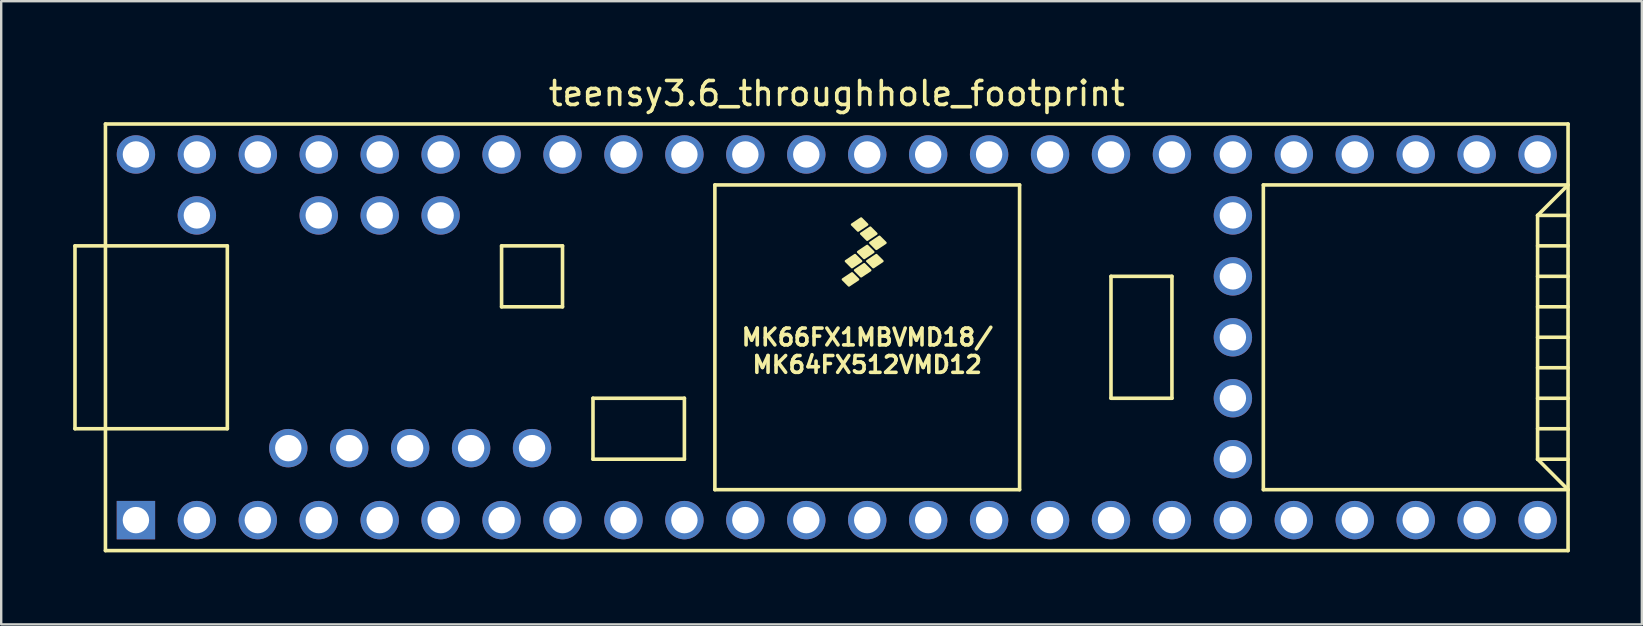
<source format=kicad_pcb>
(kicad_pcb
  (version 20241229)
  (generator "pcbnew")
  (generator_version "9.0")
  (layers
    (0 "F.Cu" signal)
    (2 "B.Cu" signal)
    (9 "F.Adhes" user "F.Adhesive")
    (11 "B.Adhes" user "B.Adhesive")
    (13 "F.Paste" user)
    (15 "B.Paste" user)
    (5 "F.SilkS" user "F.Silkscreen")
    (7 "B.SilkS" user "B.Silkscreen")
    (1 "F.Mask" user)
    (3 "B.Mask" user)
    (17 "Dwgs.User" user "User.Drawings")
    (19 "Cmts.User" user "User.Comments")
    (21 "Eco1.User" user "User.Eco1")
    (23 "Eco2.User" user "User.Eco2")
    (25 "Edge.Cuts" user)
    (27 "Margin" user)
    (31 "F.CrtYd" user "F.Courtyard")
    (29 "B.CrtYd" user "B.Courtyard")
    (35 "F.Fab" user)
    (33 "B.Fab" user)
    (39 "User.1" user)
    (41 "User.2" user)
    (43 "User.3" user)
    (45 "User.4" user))
  (footprint "teensy3.6_throughhole_footprint"
    (layer "F.Cu")
    (at 31.825 11.008)
    (property "Reference" "teensy3.6_throughhole_footprint" (at 0 -10.16 0) (layer "F.SilkS") (effects (font (size 1 1) (thickness 0.15))))
    (attr through_hole)
    (fp_line (start -31.75 -3.81) (end -30.48 -3.81) (stroke (width 0.15) (type solid)) (layer "F.SilkS"))
    (fp_line (start -31.75 3.81) (end -31.75 -3.81) (stroke (width 0.15) (type solid)) (layer "F.SilkS"))
    (fp_line (start -30.48 3.81) (end -31.75 3.81) (stroke (width 0.15) (type solid)) (layer "F.SilkS"))
    (fp_line (start -30.48 8.89) (end -30.48 -8.89) (stroke (width 0.15) (type solid)) (layer "F.SilkS"))
    (fp_line (start -30.48 8.89) (end 30.48 8.89) (stroke (width 0.15) (type solid)) (layer "F.SilkS"))
    (fp_line (start -25.4 -3.81) (end -30.48 -3.81) (stroke (width 0.15) (type solid)) (layer "F.SilkS"))
    (fp_line (start -25.4 3.81) (end -30.48 3.81) (stroke (width 0.15) (type solid)) (layer "F.SilkS"))
    (fp_line (start -25.4 3.81) (end -25.4 -3.81) (stroke (width 0.15) (type solid)) (layer "F.SilkS"))
    (fp_line (start -13.97 -3.81) (end -13.97 -1.27) (stroke (width 0.15) (type solid)) (layer "F.SilkS"))
    (fp_line (start -13.97 -1.27) (end -11.43 -1.27) (stroke (width 0.15) (type solid)) (layer "F.SilkS"))
    (fp_line (start -11.43 -3.81) (end -13.97 -3.81) (stroke (width 0.15) (type solid)) (layer "F.SilkS"))
    (fp_line (start -11.43 -1.27) (end -11.43 -3.81) (stroke (width 0.15) (type solid)) (layer "F.SilkS"))
    (fp_line (start -10.16 2.54) (end -6.35 2.54) (stroke (width 0.15) (type solid)) (layer "F.SilkS"))
    (fp_line (start -10.16 5.08) (end -10.16 2.54) (stroke (width 0.15) (type solid)) (layer "F.SilkS"))
    (fp_line (start -6.35 2.54) (end -6.35 5.08) (stroke (width 0.15) (type solid)) (layer "F.SilkS"))
    (fp_line (start -6.35 5.08) (end -10.16 5.08) (stroke (width 0.15) (type solid)) (layer "F.SilkS"))
    (fp_line (start -5.08 -6.35) (end -5.08 6.35) (stroke (width 0.15) (type solid)) (layer "F.SilkS"))
    (fp_line (start -5.08 -6.35) (end 7.62 -6.35) (stroke (width 0.15) (type solid)) (layer "F.SilkS"))
    (fp_line (start -5.08 6.35) (end 7.62 6.35) (stroke (width 0.15) (type solid)) (layer "F.SilkS"))
    (fp_line (start 7.62 6.35) (end 7.62 -6.35) (stroke (width 0.15) (type solid)) (layer "F.SilkS"))
    (fp_line (start 11.43 -2.54) (end 13.97 -2.54) (stroke (width 0.15) (type solid)) (layer "F.SilkS"))
    (fp_line (start 11.43 2.54) (end 11.43 -2.54) (stroke (width 0.15) (type solid)) (layer "F.SilkS"))
    (fp_line (start 13.97 -2.54) (end 13.97 2.54) (stroke (width 0.15) (type solid)) (layer "F.SilkS"))
    (fp_line (start 13.97 2.54) (end 11.43 2.54) (stroke (width 0.15) (type solid)) (layer "F.SilkS"))
    (fp_line (start 17.78 -6.35) (end 17.78 6.35) (stroke (width 0.15) (type solid)) (layer "F.SilkS"))
    (fp_line (start 17.78 6.35) (end 30.48 6.35) (stroke (width 0.15) (type solid)) (layer "F.SilkS"))
    (fp_line (start 29.21 -5.08) (end 30.48 -6.35) (stroke (width 0.15) (type solid)) (layer "F.SilkS"))
    (fp_line (start 29.21 -5.08) (end 30.48 -5.08) (stroke (width 0.15) (type solid)) (layer "F.SilkS"))
    (fp_line (start 29.21 -3.81) (end 30.48 -3.81) (stroke (width 0.15) (type solid)) (layer "F.SilkS"))
    (fp_line (start 29.21 -2.54) (end 30.48 -2.54) (stroke (width 0.15) (type solid)) (layer "F.SilkS"))
    (fp_line (start 29.21 -1.27) (end 30.48 -1.27) (stroke (width 0.15) (type solid)) (layer "F.SilkS"))
    (fp_line (start 29.21 0) (end 30.48 0) (stroke (width 0.15) (type solid)) (layer "F.SilkS"))
    (fp_line (start 29.21 1.27) (end 30.48 1.27) (stroke (width 0.15) (type solid)) (layer "F.SilkS"))
    (fp_line (start 29.21 2.54) (end 30.48 2.54) (stroke (width 0.15) (type solid)) (layer "F.SilkS"))
    (fp_line (start 29.21 3.81) (end 30.48 3.81) (stroke (width 0.15) (type solid)) (layer "F.SilkS"))
    (fp_line (start 29.21 5.08) (end 29.21 -5.08) (stroke (width 0.15) (type solid)) (layer "F.SilkS"))
    (fp_line (start 29.21 5.08) (end 30.48 5.08) (stroke (width 0.15) (type solid)) (layer "F.SilkS"))
    (fp_line (start 30.48 -8.89) (end -30.48 -8.89) (stroke (width 0.15) (type solid)) (layer "F.SilkS"))
    (fp_line (start 30.48 -8.89) (end 30.48 8.89) (stroke (width 0.15) (type solid)) (layer "F.SilkS"))
    (fp_line (start 30.48 -6.35) (end 17.78 -6.35) (stroke (width 0.15) (type solid)) (layer "F.SilkS"))
    (fp_line (start 30.48 6.35) (end 29.21 5.08) (stroke (width 0.15) (type solid)) (layer "F.SilkS"))
    (fp_poly (pts (xy 0.635 -2.667) (xy 0.889 -2.413) (xy 0.508 -2.159) (xy 0.254 -2.413)) (stroke (width 0.1) (type solid)) (fill yes) (layer "F.SilkS"))
    (fp_poly (pts (xy 0.762 -3.429) (xy 1.016 -3.175) (xy 0.635 -2.921) (xy 0.381 -3.175)) (stroke (width 0.1) (type solid)) (fill yes) (layer "F.SilkS"))
    (fp_poly (pts (xy 1.016 -4.953) (xy 1.27 -4.699) (xy 0.889 -4.445) (xy 0.635 -4.699)) (stroke (width 0.1) (type solid)) (fill yes) (layer "F.SilkS"))
    (fp_poly (pts (xy 1.143 -3.048) (xy 1.397 -2.794) (xy 1.016 -2.54) (xy 0.762 -2.794)) (stroke (width 0.1) (type solid)) (fill yes) (layer "F.SilkS"))
    (fp_poly (pts (xy 1.27 -3.81) (xy 1.524 -3.556) (xy 1.143 -3.302) (xy 0.889 -3.556)) (stroke (width 0.1) (type solid)) (fill yes) (layer "F.SilkS"))
    (fp_poly (pts (xy 1.397 -4.572) (xy 1.651 -4.318) (xy 1.27 -4.064) (xy 1.016 -4.318)) (stroke (width 0.1) (type solid)) (fill yes) (layer "F.SilkS"))
    (fp_poly (pts (xy 1.651 -3.429) (xy 1.905 -3.175) (xy 1.524 -2.921) (xy 1.27 -3.175)) (stroke (width 0.1) (type solid)) (fill yes) (layer "F.SilkS"))
    (fp_poly (pts (xy 1.778 -4.191) (xy 2.032 -3.937) (xy 1.651 -3.683) (xy 1.397 -3.937)) (stroke (width 0.1) (type solid)) (fill yes) (layer "F.SilkS"))
    (fp_text user "MK64FX512VMD12" (at 1.27 1.143 0) (layer "F.SilkS") (effects (font (size 0.7 0.7) (thickness 0.15))))
    (fp_text user "MK66FX1MBVMD18/" (at 1.27 0 0) (layer "F.SilkS") (effects (font (size 0.7 0.7) (thickness 0.15))))
    (pad "0" thru_hole circle (at -26.67 7.62) (size 1.6 1.6) (drill 1.1) (layers "*.Cu" "*.Mask"))
    (pad "1" thru_hole circle (at -24.13 7.62) (size 1.6 1.6) (drill 1.1) (layers "*.Cu" "*.Mask"))
    (pad "2" thru_hole circle (at -21.59 7.62) (size 1.6 1.6) (drill 1.1) (layers "*.Cu" "*.Mask"))
    (pad "3" thru_hole circle (at -19.05 7.62) (size 1.6 1.6) (drill 1.1) (layers "*.Cu" "*.Mask"))
    (pad "3V3" thru_hole circle (at -24.13 -7.62) (size 1.6 1.6) (drill 1.1) (layers "*.Cu" "*.Mask"))
    (pad "3V3" thru_hole circle (at 6.35 7.62) (size 1.6 1.6) (drill 1.1) (layers "*.Cu" "*.Mask"))
    (pad "3V3" thru_hole circle (at 16.51 2.54) (size 1.6 1.6) (drill 1.1) (layers "*.Cu" "*.Mask"))
    (pad "4" thru_hole circle (at -16.51 7.62) (size 1.6 1.6) (drill 1.1) (layers "*.Cu" "*.Mask"))
    (pad "5" thru_hole circle (at -13.97 7.62) (size 1.6 1.6) (drill 1.1) (layers "*.Cu" "*.Mask"))
    (pad "5V" thru_hole circle (at -22.86 4.62) (size 1.6 1.6) (drill 1.1) (layers "*.Cu" "*.Mask"))
    (pad "6" thru_hole circle (at -11.43 7.62) (size 1.6 1.6) (drill 1.1) (layers "*.Cu" "*.Mask"))
    (pad "7" thru_hole circle (at -8.89 7.62) (size 1.6 1.6) (drill 1.1) (layers "*.Cu" "*.Mask"))
    (pad "8" thru_hole circle (at -6.35 7.62) (size 1.6 1.6) (drill 1.1) (layers "*.Cu" "*.Mask"))
    (pad "9" thru_hole circle (at -3.81 7.62) (size 1.6 1.6) (drill 1.1) (layers "*.Cu" "*.Mask"))
    (pad "10" thru_hole circle (at -1.27 7.62) (size 1.6 1.6) (drill 1.1) (layers "*.Cu" "*.Mask"))
    (pad "11" thru_hole circle (at 1.27 7.62) (size 1.6 1.6) (drill 1.1) (layers "*.Cu" "*.Mask"))
    (pad "12" thru_hole circle (at 3.81 7.62) (size 1.6 1.6) (drill 1.1) (layers "*.Cu" "*.Mask"))
    (pad "13" thru_hole circle (at 3.81 -7.62) (size 1.6 1.6) (drill 1.1) (layers "*.Cu" "*.Mask"))
    (pad "14" thru_hole circle (at 1.27 -7.62) (size 1.6 1.6) (drill 1.1) (layers "*.Cu" "*.Mask"))
    (pad "15" thru_hole circle (at -1.27 -7.62) (size 1.6 1.6) (drill 1.1) (layers "*.Cu" "*.Mask"))
    (pad "16" thru_hole circle (at -3.81 -7.62) (size 1.6 1.6) (drill 1.1) (layers "*.Cu" "*.Mask"))
    (pad "17" thru_hole circle (at -6.35 -7.62) (size 1.6 1.6) (drill 1.1) (layers "*.Cu" "*.Mask"))
    (pad "18" thru_hole circle (at -8.89 -7.62) (size 1.6 1.6) (drill 1.1) (layers "*.Cu" "*.Mask"))
    (pad "19" thru_hole circle (at -11.43 -7.62) (size 1.6 1.6) (drill 1.1) (layers "*.Cu" "*.Mask"))
    (pad "20" thru_hole circle (at -13.97 -7.62) (size 1.6 1.6) (drill 1.1) (layers "*.Cu" "*.Mask"))
    (pad "21" thru_hole circle (at -16.51 -7.62) (size 1.6 1.6) (drill 1.1) (layers "*.Cu" "*.Mask"))
    (pad "22" thru_hole circle (at -19.05 -7.62) (size 1.6 1.6) (drill 1.1) (layers "*.Cu" "*.Mask"))
    (pad "23" thru_hole circle (at -21.59 -7.62) (size 1.6 1.6) (drill 1.1) (layers "*.Cu" "*.Mask"))
    (pad "24" thru_hole circle (at 8.89 7.62) (size 1.6 1.6) (drill 1.1) (layers "*.Cu" "*.Mask"))
    (pad "25" thru_hole circle (at 11.43 7.62) (size 1.6 1.6) (drill 1.1) (layers "*.Cu" "*.Mask"))
    (pad "26" thru_hole circle (at 13.97 7.62) (size 1.6 1.6) (drill 1.1) (layers "*.Cu" "*.Mask"))
    (pad "27" thru_hole circle (at 16.51 7.62) (size 1.6 1.6) (drill 1.1) (layers "*.Cu" "*.Mask"))
    (pad "28" thru_hole circle (at 19.05 7.62) (size 1.6 1.6) (drill 1.1) (layers "*.Cu" "*.Mask"))
    (pad "29" thru_hole circle (at 21.59 7.62) (size 1.6 1.6) (drill 1.1) (layers "*.Cu" "*.Mask"))
    (pad "30" thru_hole circle (at 24.13 7.62) (size 1.6 1.6) (drill 1.1) (layers "*.Cu" "*.Mask"))
    (pad "31" thru_hole circle (at 26.67 7.62) (size 1.6 1.6) (drill 1.1) (layers "*.Cu" "*.Mask"))
    (pad "32" thru_hole circle (at 29.21 7.62) (size 1.6 1.6) (drill 1.1) (layers "*.Cu" "*.Mask"))
    (pad "33" thru_hole circle (at 29.21 -7.62) (size 1.6 1.6) (drill 1.1) (layers "*.Cu" "*.Mask"))
    (pad "34" thru_hole circle (at 26.67 -7.62) (size 1.6 1.6) (drill 1.1) (layers "*.Cu" "*.Mask"))
    (pad "35" thru_hole circle (at 24.13 -7.62) (size 1.6 1.6) (drill 1.1) (layers "*.Cu" "*.Mask"))
    (pad "36" thru_hole circle (at 21.59 -7.62) (size 1.6 1.6) (drill 1.1) (layers "*.Cu" "*.Mask"))
    (pad "37" thru_hole circle (at 19.05 -7.62) (size 1.6 1.6) (drill 1.1) (layers "*.Cu" "*.Mask"))
    (pad "38" thru_hole circle (at 16.51 -7.62) (size 1.6 1.6) (drill 1.1) (layers "*.Cu" "*.Mask"))
    (pad "39" thru_hole circle (at 13.97 -7.62) (size 1.6 1.6) (drill 1.1) (layers "*.Cu" "*.Mask"))
    (pad "A10" thru_hole circle (at -19.05 -5.08) (size 1.6 1.6) (drill 1.1) (layers "*.Cu" "*.Mask"))
    (pad "A11" thru_hole circle (at -16.51 -5.08) (size 1.6 1.6) (drill 1.1) (layers "*.Cu" "*.Mask"))
    (pad "A21" thru_hole circle (at 11.43 -7.62) (size 1.6 1.6) (drill 1.1) (layers "*.Cu" "*.Mask"))
    (pad "A22" thru_hole circle (at 8.89 -7.62) (size 1.6 1.6) (drill 1.1) (layers "*.Cu" "*.Mask"))
    (pad "AGND" thru_hole circle (at -26.67 -7.62) (size 1.6 1.6) (drill 1.1) (layers "*.Cu" "*.Mask"))
    (pad "AREF" thru_hole circle (at -21.59 -5.08) (size 1.6 1.6) (drill 1.1) (layers "*.Cu" "*.Mask"))
    (pad "D+" thru_hole circle (at -17.78 4.62) (size 1.6 1.6) (drill 1.1) (layers "*.Cu" "*.Mask"))
    (pad "D-" thru_hole circle (at -20.32 4.62) (size 1.6 1.6) (drill 1.1) (layers "*.Cu" "*.Mask"))
    (pad "G" thru_hole circle (at -15.24 4.62) (size 1.6 1.6) (drill 1.1) (layers "*.Cu" "*.Mask"))
    (pad "G" thru_hole circle (at -12.7 4.62) (size 1.6 1.6) (drill 1.1) (layers "*.Cu" "*.Mask"))
    (pad "GND" thru_hole rect (at -29.21 7.62) (size 1.6 1.6) (drill 1.1) (layers "*.Cu" "*.Mask"))
    (pad "GND" thru_hole circle (at 6.35 -7.62) (size 1.6 1.6) (drill 1.1) (layers "*.Cu" "*.Mask"))
    (pad "GND" thru_hole circle (at 16.51 0) (size 1.6 1.6) (drill 1.1) (layers "*.Cu" "*.Mask"))
    (pad "P" thru_hole circle (at 16.51 -2.54) (size 1.6 1.6) (drill 1.1) (layers "*.Cu" "*.Mask"))
    (pad "R" thru_hole circle (at 16.51 -5.08) (size 1.6 1.6) (drill 1.1) (layers "*.Cu" "*.Mask"))
    (pad "VBAT" thru_hole circle (at 16.51 5.08) (size 1.6 1.6) (drill 1.1) (layers "*.Cu" "*.Mask"))
    (pad "VIN" thru_hole circle (at -29.21 -7.62) (size 1.6 1.6) (drill 1.1) (layers "*.Cu" "*.Mask"))
    (pad "VUSB" thru_hole circle (at -26.67 -5.08) (size 1.6 1.6) (drill 1.1) (layers "*.Cu" "*.Mask")))
  (gr_rect
    (start -3 -3)
    (end 65.38 22.973)
    (stroke (width 0.1) (type default))
    (fill no)
    (layer "Edge.Cuts")))
</source>
